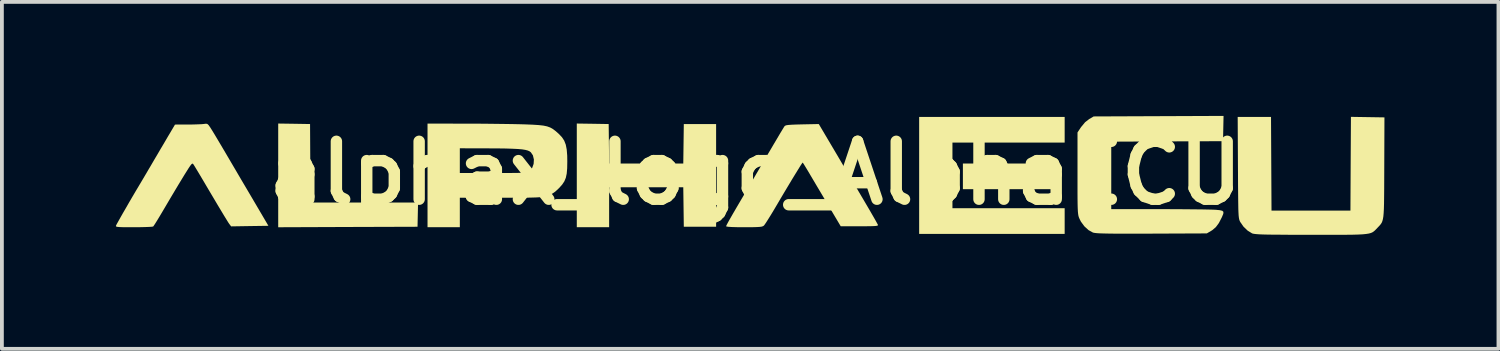
<source format=kicad_pcb>
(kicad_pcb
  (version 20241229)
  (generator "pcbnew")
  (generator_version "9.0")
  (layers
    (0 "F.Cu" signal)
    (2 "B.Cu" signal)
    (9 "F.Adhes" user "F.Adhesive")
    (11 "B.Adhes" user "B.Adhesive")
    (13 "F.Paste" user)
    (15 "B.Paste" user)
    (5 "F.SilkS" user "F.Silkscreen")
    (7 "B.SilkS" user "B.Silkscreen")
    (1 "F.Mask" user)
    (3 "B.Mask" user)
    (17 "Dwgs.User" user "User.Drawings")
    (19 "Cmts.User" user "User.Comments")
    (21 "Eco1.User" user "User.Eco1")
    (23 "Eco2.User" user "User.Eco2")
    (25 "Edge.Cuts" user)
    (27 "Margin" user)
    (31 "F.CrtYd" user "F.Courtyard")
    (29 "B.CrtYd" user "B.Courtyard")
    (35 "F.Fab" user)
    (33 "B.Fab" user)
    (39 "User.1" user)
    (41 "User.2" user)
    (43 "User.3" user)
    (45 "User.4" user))
  (footprint "alphax_logo_AlphaECU"
    (layer "F.Cu")
    (at 16.833 1.503)
    (property "Reference" "alphax_logo_AlphaECU" (at 0 0 0) (layer "F.SilkS") (effects (font (size 1.524 1.524) (thickness 0.3))))
    (attr board_only exclude_from_pos_files exclude_from_bom)
    (fp_poly (pts (xy 7.908 0.425) (xy 5.455 0.425) (xy 5.455 -0.25) (xy 7.908 -0.25)) (stroke (width 0) (type solid)) (fill yes) (layer "F.SilkS"))
    (fp_poly (pts (xy 8.133 -0.801) (xy 5.18 -0.801) (xy 5.18 0.926) (xy 8.133 0.926) (xy 8.133 1.602) (xy 4.304 1.602) (xy 4.304 -1.476) (xy 8.133 -1.476)) (stroke (width 0) (type solid)) (fill yes) (layer "F.SilkS"))
    (fp_poly (pts (xy -12.143 -1.296) (xy -11.724 -1.289) (xy -11.718 -0.257) (xy -11.711 0.776) (xy -8.882 0.776) (xy -8.896 1.414) (xy -10.729 1.42) (xy -12.562 1.427) (xy -12.562 -1.302)) (stroke (width 0) (type solid)) (fill yes) (layer "F.SilkS"))
    (fp_poly (pts (xy -4.285 -1.296) (xy -3.866 -1.289) (xy -3.86 -0.77) (xy -3.853 -0.25) (xy -1.903 -0.25) (xy -1.896 -0.77) (xy -1.889 -1.289) (xy -1.039 -1.289) (xy -1.039 1.414) (xy -1.889 1.414) (xy -1.896 0.895) (xy -1.903 0.375) (xy -3.854 0.375) (xy -3.854 1.426) (xy -4.705 1.426) (xy -4.705 -1.302)) (stroke (width 0) (type solid)) (fill yes) (layer "F.SilkS"))
    (fp_poly (pts (xy 12.307 -1.171) (xy 12.3 -0.838) (xy 10.829 -0.832) (xy 9.359 -0.825) (xy 9.359 0.951) (xy 10.629 0.951) (xy 10.885 0.951) (xy 11.131 0.952) (xy 11.363 0.954) (xy 11.574 0.956) (xy 11.759 0.958) (xy 11.913 0.961) (xy 12.028 0.964) (xy 12.1 0.967) (xy 12.106 0.967) (xy 12.216 0.978) (xy 12.282 0.994) (xy 12.311 1.023) (xy 12.307 1.073) (xy 12.276 1.149) (xy 12.268 1.167) (xy 12.191 1.316) (xy 12.111 1.424) (xy 12.018 1.503) (xy 11.991 1.52) (xy 11.874 1.589) (xy 10.423 1.595) (xy 10.106 1.596) (xy 9.835 1.596) (xy 9.607 1.596) (xy 9.418 1.595) (xy 9.263 1.593) (xy 9.14 1.59) (xy 9.045 1.587) (xy 8.973 1.582) (xy 8.922 1.576) (xy 8.886 1.569) (xy 8.874 1.565) (xy 8.76 1.502) (xy 8.651 1.402) (xy 8.56 1.278) (xy 8.529 1.216) (xy 8.515 1.185) (xy 8.503 1.154) (xy 8.494 1.119) (xy 8.487 1.074) (xy 8.481 1.016) (xy 8.477 0.939) (xy 8.474 0.838) (xy 8.472 0.708) (xy 8.471 0.545) (xy 8.471 0.343) (xy 8.471 0.097) (xy 8.471 0.01) (xy 8.471 -1.068) (xy 8.564 -1.208) (xy 8.67 -1.336) (xy 8.777 -1.419) (xy 8.896 -1.489) (xy 10.605 -1.496) (xy 12.314 -1.503)) (stroke (width 0) (type solid)) (fill yes) (layer "F.SilkS"))
    (fp_poly (pts (xy 16.107 -1.471) (xy 16.548 -1.464) (xy 16.543 -0.14) (xy 16.542 0.159) (xy 16.541 0.413) (xy 16.539 0.624) (xy 16.537 0.799) (xy 16.533 0.941) (xy 16.527 1.054) (xy 16.519 1.143) (xy 16.507 1.213) (xy 16.493 1.266) (xy 16.475 1.309) (xy 16.452 1.344) (xy 16.425 1.377) (xy 16.392 1.412) (xy 16.37 1.435) (xy 16.333 1.474) (xy 16.301 1.507) (xy 16.269 1.535) (xy 16.234 1.559) (xy 16.191 1.578) (xy 16.135 1.593) (xy 16.064 1.604) (xy 15.974 1.613) (xy 15.859 1.619) (xy 15.716 1.623) (xy 15.542 1.625) (xy 15.331 1.626) (xy 15.08 1.626) (xy 14.786 1.626) (xy 14.622 1.626) (xy 14.307 1.625) (xy 14.038 1.625) (xy 13.812 1.623) (xy 13.624 1.622) (xy 13.47 1.62) (xy 13.348 1.617) (xy 13.253 1.613) (xy 13.181 1.608) (xy 13.128 1.602) (xy 13.091 1.596) (xy 13.065 1.588) (xy 13.063 1.587) (xy 12.948 1.516) (xy 12.839 1.411) (xy 12.754 1.289) (xy 12.754 1.289) (xy 12.742 1.266) (xy 12.732 1.241) (xy 12.724 1.212) (xy 12.717 1.172) (xy 12.711 1.118) (xy 12.707 1.046) (xy 12.703 0.951) (xy 12.701 0.829) (xy 12.699 0.676) (xy 12.697 0.488) (xy 12.695 0.26) (xy 12.694 -0.012) (xy 12.693 -0.144) (xy 12.686 -1.476) (xy 13.563 -1.476) (xy 13.576 0.988) (xy 15.653 0.988) (xy 15.659 -0.245) (xy 15.666 -1.478)) (stroke (width 0) (type solid)) (fill yes) (layer "F.SilkS"))
    (fp_poly (pts (xy -7.614 -1.299) (xy -7.366 -1.299) (xy -7.111 -1.297) (xy -6.859 -1.294) (xy -6.619 -1.291) (xy -6.4 -1.288) (xy -6.212 -1.284) (xy -6.068 -1.28) (xy -5.868 -1.272) (xy -5.709 -1.262) (xy -5.584 -1.248) (xy -5.485 -1.227) (xy -5.403 -1.197) (xy -5.331 -1.156) (xy -5.26 -1.102) (xy -5.181 -1.032) (xy -5.178 -1.029) (xy -5.096 -0.943) (xy -5.036 -0.852) (xy -4.995 -0.746) (xy -4.97 -0.618) (xy -4.957 -0.456) (xy -4.955 -0.305) (xy -4.958 -0.126) (xy -4.97 0.015) (xy -4.994 0.127) (xy -5.033 0.22) (xy -5.09 0.305) (xy -5.17 0.394) (xy -5.18 0.404) (xy -5.268 0.486) (xy -5.345 0.54) (xy -5.433 0.579) (xy -5.491 0.598) (xy -5.535 0.611) (xy -5.579 0.622) (xy -5.628 0.63) (xy -5.687 0.637) (xy -5.762 0.642) (xy -5.858 0.645) (xy -5.979 0.648) (xy -6.132 0.649) (xy -6.322 0.65) (xy -6.553 0.651) (xy -6.722 0.651) (xy -7.783 0.651) (xy -7.783 1.426) (xy -8.633 1.426) (xy -8.633 -0.651) (xy -7.783 -0.651) (xy -7.783 0) (xy -6.898 0) (xy -6.663 -0.000121) (xy -6.474 -0.001) (xy -6.324 -0.002) (xy -6.208 -0.004) (xy -6.122 -0.008) (xy -6.059 -0.012) (xy -6.016 -0.019) (xy -5.986 -0.028) (xy -5.964 -0.039) (xy -5.95 -0.049) (xy -5.88 -0.133) (xy -5.841 -0.24) (xy -5.834 -0.356) (xy -5.86 -0.465) (xy -5.913 -0.544) (xy -5.946 -0.57) (xy -5.992 -0.591) (xy -6.055 -0.608) (xy -6.14 -0.622) (xy -6.252 -0.632) (xy -6.395 -0.639) (xy -6.574 -0.645) (xy -6.793 -0.648) (xy -7.057 -0.649) (xy -7.088 -0.649) (xy -7.783 -0.651) (xy -8.633 -0.651) (xy -8.633 -1.301)) (stroke (width 0) (type solid)) (fill yes) (layer "F.SilkS"))
    (fp_poly (pts (xy 1.974 -0.763) (xy 2.15 -0.466) (xy 2.302 -0.207) (xy 2.434 0.015) (xy 2.547 0.206) (xy 2.643 0.369) (xy 2.724 0.507) (xy 2.793 0.624) (xy 2.852 0.724) (xy 2.903 0.811) (xy 2.948 0.888) (xy 2.99 0.959) (xy 3.03 1.028) (xy 3.034 1.035) (xy 3.098 1.146) (xy 3.154 1.244) (xy 3.195 1.318) (xy 3.218 1.361) (xy 3.22 1.366) (xy 3.218 1.378) (xy 3.196 1.388) (xy 3.15 1.394) (xy 3.074 1.398) (xy 2.961 1.4) (xy 2.805 1.401) (xy 2.737 1.401) (xy 2.24 1.401) (xy 1.924 0.869) (xy 1.824 0.7) (xy 1.72 0.524) (xy 1.618 0.353) (xy 1.527 0.199) (xy 1.451 0.071) (xy 1.428 0.031) (xy 1.363 -0.078) (xy 1.307 -0.17) (xy 1.265 -0.238) (xy 1.242 -0.272) (xy 1.239 -0.275) (xy 1.222 -0.255) (xy 1.183 -0.196) (xy 1.126 -0.104) (xy 1.052 0.016) (xy 0.965 0.158) (xy 0.869 0.318) (xy 0.766 0.49) (xy 0.659 0.67) (xy 0.575 0.813) (xy 0.487 0.962) (xy 0.405 1.098) (xy 0.332 1.215) (xy 0.274 1.306) (xy 0.233 1.365) (xy 0.219 1.383) (xy 0.196 1.398) (xy 0.163 1.41) (xy 0.113 1.417) (xy 0.038 1.422) (xy -0.069 1.425) (xy -0.215 1.426) (xy -0.303 1.426) (xy -0.484 1.425) (xy -0.623 1.421) (xy -0.719 1.415) (xy -0.769 1.406) (xy -0.776 1.401) (xy -0.772 1.389) (xy -0.761 1.365) (xy -0.74 1.325) (xy -0.708 1.266) (xy -0.661 1.184) (xy -0.6 1.077) (xy -0.52 0.94) (xy -0.421 0.771) (xy -0.3 0.566) (xy -0.156 0.321) (xy -0.144 0.3) (xy -0.074 0.181) (xy 0.015 0.029) (xy 0.117 -0.144) (xy 0.224 -0.327) (xy 0.331 -0.51) (xy 0.392 -0.613) (xy 0.483 -0.768) (xy 0.568 -0.911) (xy 0.641 -1.035) (xy 0.7 -1.133) (xy 0.741 -1.2) (xy 0.76 -1.23) (xy 0.778 -1.245) (xy 0.81 -1.257) (xy 0.865 -1.265) (xy 0.949 -1.271) (xy 1.069 -1.276) (xy 1.227 -1.28) (xy 1.663 -1.289)) (stroke (width 0) (type solid)) (fill yes) (layer "F.SilkS"))
    (fp_poly (pts (xy -14.425 -1.29) (xy -14.392 -1.259) (xy -14.349 -1.197) (xy -14.328 -1.164) (xy -14.29 -1.103) (xy -14.231 -1.006) (xy -14.157 -0.882) (xy -14.071 -0.737) (xy -13.978 -0.58) (xy -13.904 -0.454) (xy -13.796 -0.27) (xy -13.67 -0.056) (xy -13.536 0.173) (xy -13.4 0.403) (xy -13.272 0.62) (xy -13.195 0.751) (xy -12.82 1.389) (xy -13.31 1.396) (xy -13.801 1.404) (xy -13.851 1.338) (xy -13.876 1.301) (xy -13.922 1.227) (xy -13.987 1.121) (xy -14.067 0.988) (xy -14.159 0.835) (xy -14.259 0.666) (xy -14.327 0.552) (xy -14.43 0.378) (xy -14.526 0.215) (xy -14.612 0.07) (xy -14.685 -0.052) (xy -14.742 -0.146) (xy -14.778 -0.205) (xy -14.79 -0.223) (xy -14.805 -0.243) (xy -14.821 -0.248) (xy -14.843 -0.234) (xy -14.874 -0.195) (xy -14.921 -0.126) (xy -14.986 -0.022) (xy -15.019 0.03) (xy -15.089 0.145) (xy -15.178 0.291) (xy -15.278 0.458) (xy -15.383 0.634) (xy -15.485 0.807) (xy -15.518 0.863) (xy -15.605 1.01) (xy -15.684 1.143) (xy -15.752 1.255) (xy -15.806 1.341) (xy -15.841 1.393) (xy -15.852 1.407) (xy -15.884 1.413) (xy -15.958 1.418) (xy -16.066 1.422) (xy -16.199 1.425) (xy -16.35 1.426) (xy -16.363 1.426) (xy -16.53 1.426) (xy -16.653 1.425) (xy -16.738 1.422) (xy -16.793 1.417) (xy -16.822 1.41) (xy -16.833 1.399) (xy -16.831 1.384) (xy -16.83 1.383) (xy -16.813 1.348) (xy -16.774 1.278) (xy -16.718 1.178) (xy -16.649 1.056) (xy -16.569 0.919) (xy -16.485 0.772) (xy -16.399 0.625) (xy -16.315 0.482) (xy -16.237 0.352) (xy -16.229 0.338) (xy -16.176 0.249) (xy -16.106 0.131) (xy -16.028 -0.001) (xy -15.951 -0.133) (xy -15.94 -0.15) (xy -15.826 -0.346) (xy -15.731 -0.506) (xy -15.653 -0.64) (xy -15.585 -0.754) (xy -15.524 -0.858) (xy -15.465 -0.959) (xy -15.414 -1.044) (xy -15.278 -1.275) (xy -14.94 -1.276) (xy -14.806 -1.277) (xy -14.682 -1.281) (xy -14.581 -1.285) (xy -14.516 -1.291) (xy -14.511 -1.292) (xy -14.461 -1.298)) (stroke (width 0) (type solid)) (fill yes) (layer "F.SilkS")))
  (gr_rect
    (start -3 -3)
    (end 36.381 6.129)
    (stroke (width 0.1) (type default))
    (fill no)
    (layer "Edge.Cuts")))
</source>
